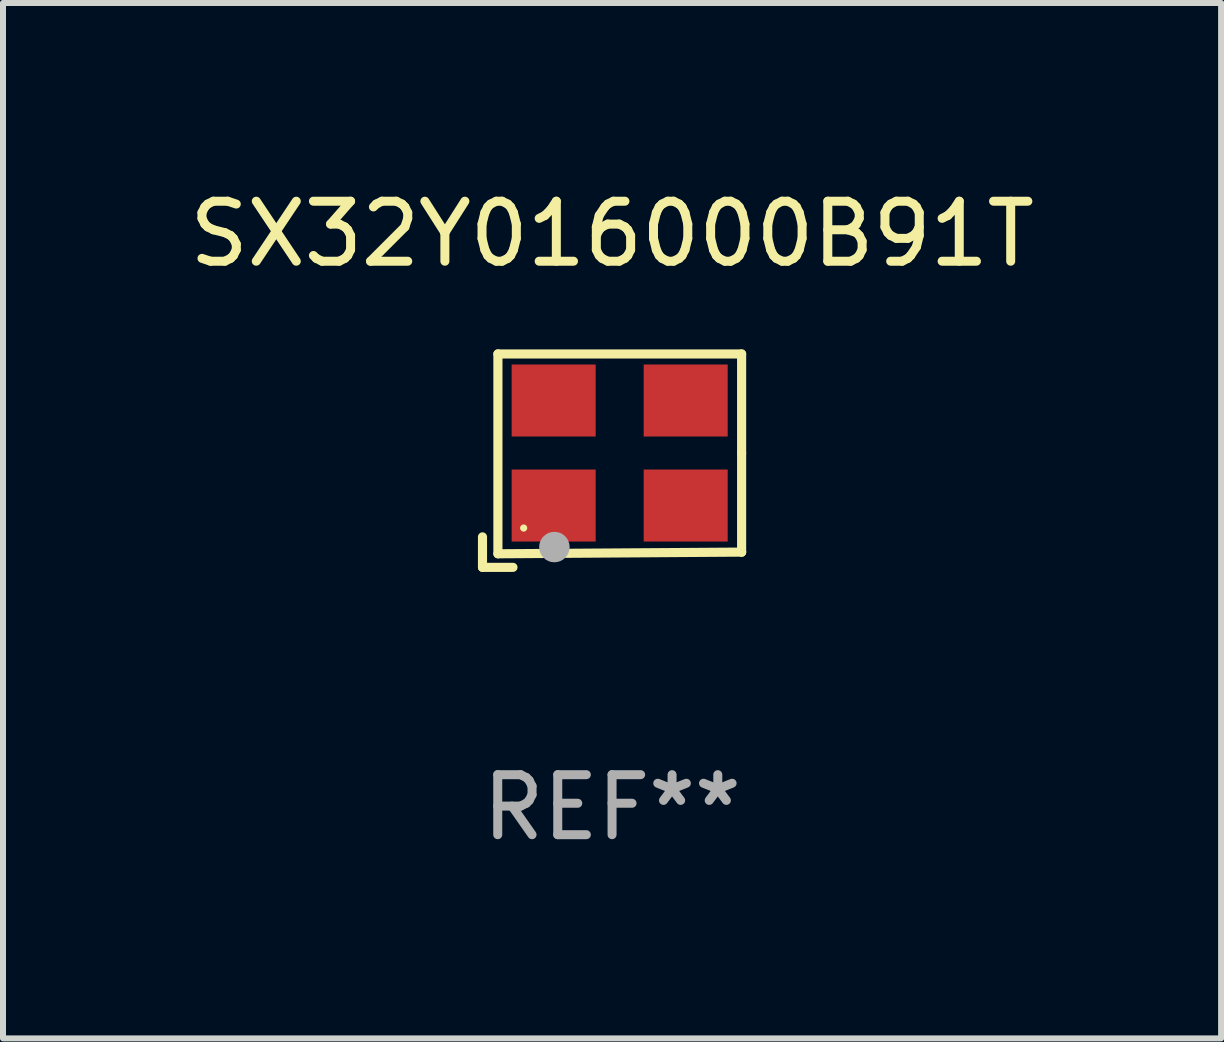
<source format=kicad_pcb>
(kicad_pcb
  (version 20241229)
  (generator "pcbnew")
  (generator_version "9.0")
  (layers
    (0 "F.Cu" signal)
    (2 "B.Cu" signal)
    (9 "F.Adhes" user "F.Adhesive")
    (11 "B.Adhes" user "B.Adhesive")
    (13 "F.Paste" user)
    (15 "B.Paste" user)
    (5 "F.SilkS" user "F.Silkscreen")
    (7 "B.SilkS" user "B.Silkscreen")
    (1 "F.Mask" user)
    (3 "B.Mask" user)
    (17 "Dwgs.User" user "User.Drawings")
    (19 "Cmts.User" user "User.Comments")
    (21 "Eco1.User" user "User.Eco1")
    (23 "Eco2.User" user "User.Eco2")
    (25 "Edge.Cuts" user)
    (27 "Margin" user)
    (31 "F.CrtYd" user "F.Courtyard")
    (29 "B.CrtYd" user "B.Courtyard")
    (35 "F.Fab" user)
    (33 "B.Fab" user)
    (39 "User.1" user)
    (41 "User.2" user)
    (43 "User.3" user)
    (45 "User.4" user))
  (footprint "SX32Y016000B91T"
    (layer "F.Cu")
    (at 7.149 4.626)
    (property "Reference" "SX32Y016000B91T" (at 0 -3.778 0) (layer "F.SilkS") (effects (font (size 1 1) (thickness 0.15))))
    (attr through_hole)
    (fp_line (start -2.159 1.27) (end -2.159 1.778) (stroke (width 0.152) (type solid)) (layer "F.SilkS"))
    (fp_line (start -2.159 1.778) (end -1.651 1.778) (stroke (width 0.152) (type solid)) (layer "F.SilkS"))
    (fp_line (start -1.902 -1.778) (end 2.159 -1.778) (stroke (width 0.152) (type solid)) (layer "F.SilkS"))
    (fp_line (start -1.902 1.552) (end -1.902 -1.778) (stroke (width 0.152) (type solid)) (layer "F.SilkS"))
    (fp_line (start 2.159 -1.778) (end 2.159 -0.127) (stroke (width 0.152) (type solid)) (layer "F.SilkS"))
    (fp_line (start 2.159 -0.127) (end 2.159 1.524) (stroke (width 0.152) (type solid)) (layer "F.SilkS"))
    (fp_line (start 2.159 1.524) (end -1.902 1.552) (stroke (width 0.152) (type solid)) (layer "F.SilkS"))
    (fp_line (start 2.159 1.524) (end 2.159 1.524) (stroke (width 0.152) (type solid)) (layer "F.SilkS"))
    (fp_circle (center -1.473 1.123) (end -1.443 1.123) (stroke (width 0.06) (type solid)) (fill no) (layer "F.SilkS"))
    (fp_circle (center -0.961 1.44) (end -0.834 1.44) (stroke (width 0.254) (type solid)) (fill no) (layer "F.Fab"))
    (fp_text user "REF**" (at 0 5.778 0) (layer "F.Fab") (effects (font (size 1 1) (thickness 0.15))))
    (pad "1" smd rect (at -0.973 0.748) (size 1.4 1.2) (layers "F.Cu" "F.Mask" "F.Paste"))
    (pad "2" smd rect (at 1.227 0.748) (size 1.4 1.2) (layers "F.Cu" "F.Mask" "F.Paste"))
    (pad "3" smd rect (at 1.227 -1.002) (size 1.4 1.2) (layers "F.Cu" "F.Mask" "F.Paste"))
    (pad "4" smd rect (at -0.973 -1.002) (size 1.4 1.2) (layers "F.Cu" "F.Mask" "F.Paste")))
  (gr_rect
    (start -3 -3)
    (end 17.298 14.253)
    (stroke (width 0.1) (type default))
    (fill no)
    (layer "Edge.Cuts")))
</source>
